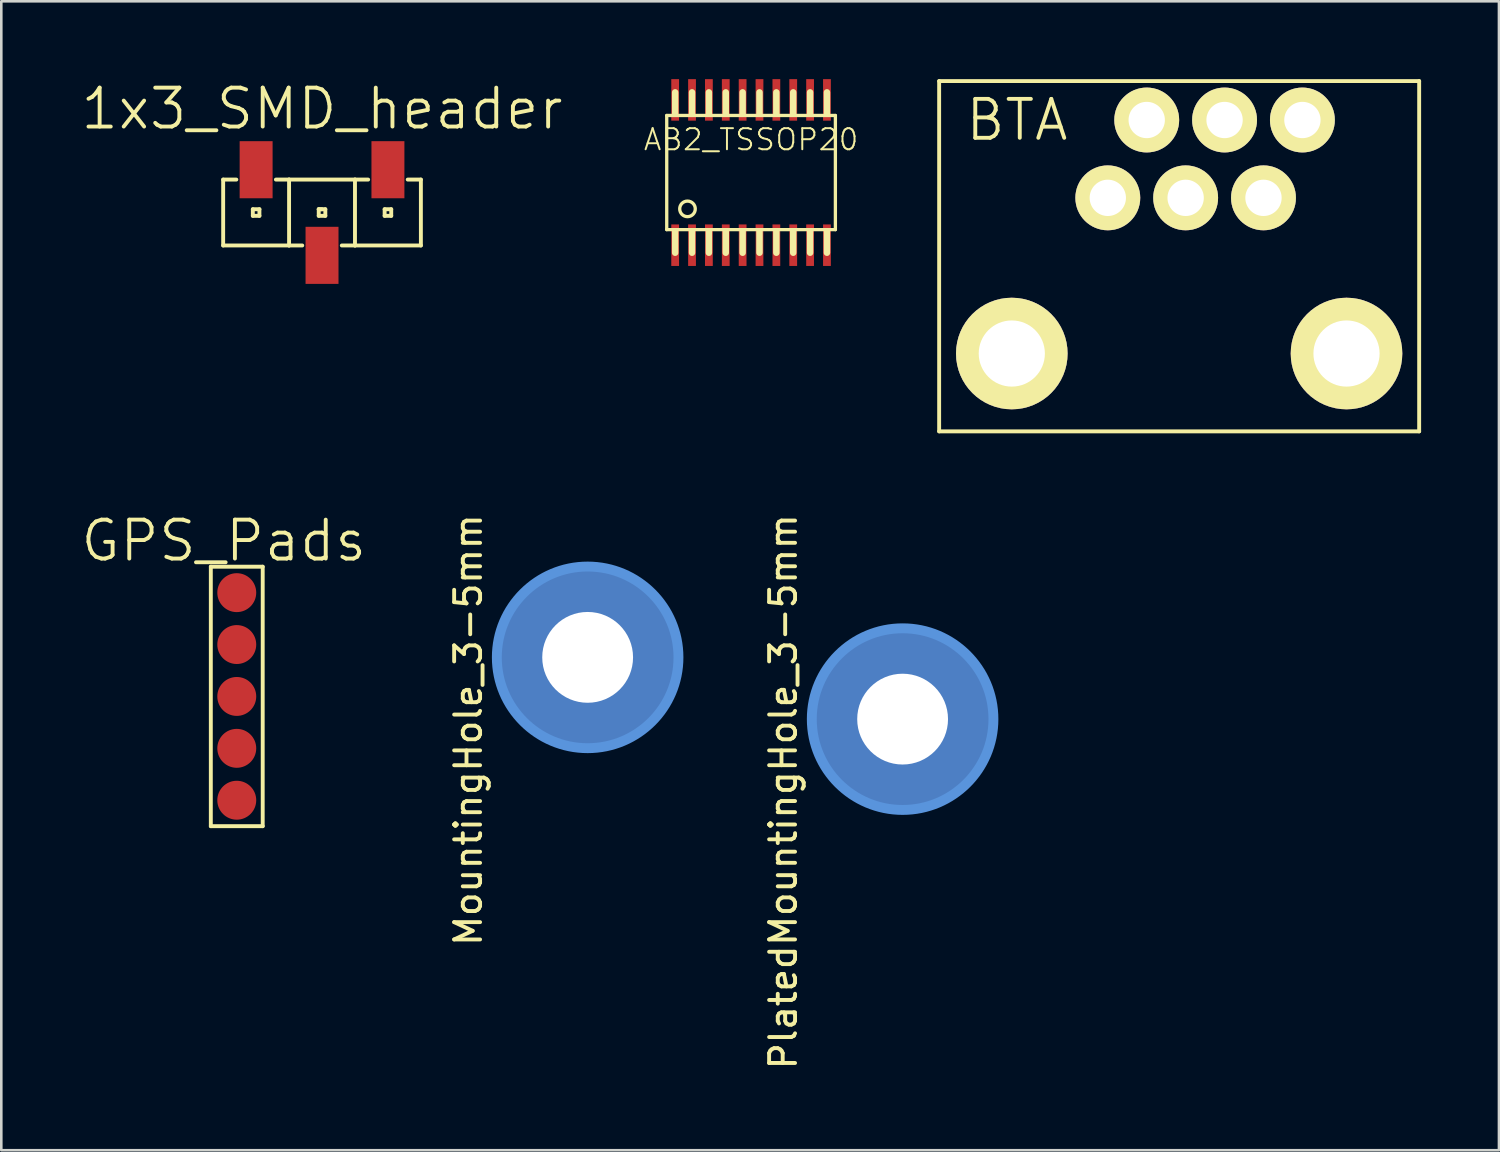
<source format=kicad_pcb>
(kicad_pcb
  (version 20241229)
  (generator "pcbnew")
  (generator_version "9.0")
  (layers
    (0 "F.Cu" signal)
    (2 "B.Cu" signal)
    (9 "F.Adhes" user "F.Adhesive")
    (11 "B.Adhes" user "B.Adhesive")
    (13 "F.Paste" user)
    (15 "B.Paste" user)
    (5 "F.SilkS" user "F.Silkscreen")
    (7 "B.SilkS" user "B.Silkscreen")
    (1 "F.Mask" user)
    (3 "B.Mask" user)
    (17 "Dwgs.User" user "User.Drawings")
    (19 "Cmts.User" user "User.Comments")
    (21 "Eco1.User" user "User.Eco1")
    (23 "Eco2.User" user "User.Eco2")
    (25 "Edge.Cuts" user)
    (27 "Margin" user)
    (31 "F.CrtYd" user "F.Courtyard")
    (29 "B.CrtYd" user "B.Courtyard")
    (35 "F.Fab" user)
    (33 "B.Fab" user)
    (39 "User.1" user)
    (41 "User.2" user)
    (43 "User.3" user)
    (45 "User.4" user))
  (footprint "MountingHole_3-5mm"
    (layer "F.Cu")
    (at 19.598 22.285)
    (property "Reference" "MountingHole_3-5mm" (at -4.6 2.8 90) (layer "F.SilkS") (effects (font (size 1 1) (thickness 0.15))))
    (attr through_hole)
    (fp_circle (center 0 0) (end 3.5 0) (stroke (width 0.381) (type solid)) (fill no) (layer "Cmts.User"))
    (pad "1" thru_hole circle (at 0 0) (size 6.858 6.858) (drill 3.5) (layers "*.Cu")))
  (footprint "BTA"
    (layer "F.Cu")
    (at 39.645 1.575)
    (property "Reference" "BTA" (at -3.5 0 0) (layer "F.SilkS") (effects (font (size 1.5 1.5) (thickness 0.15))))
    (attr through_hole)
    (fp_line (start -6.5 -1.5) (end 12 -1.5) (stroke (width 0.15) (type solid)) (layer "F.SilkS"))
    (fp_line (start -6.5 12) (end -6.5 -1.5) (stroke (width 0.15) (type solid)) (layer "F.SilkS"))
    (fp_line (start 12 -1.5) (end 12 12) (stroke (width 0.15) (type solid)) (layer "F.SilkS"))
    (fp_line (start 12 12) (end -6.5 12) (stroke (width 0.15) (type solid)) (layer "F.SilkS"))
    (pad "1" thru_hole circle (at 0 3) (size 2.5 2.5) (drill 1.4) (layers "*.Cu" "*.Mask" "F.SilkS"))
    (pad "2" thru_hole circle (at 1.5 0) (size 2.5 2.5) (drill 1.4) (layers "*.Cu" "*.Mask" "F.SilkS"))
    (pad "3" thru_hole circle (at 3 3) (size 2.5 2.5) (drill 1.4) (layers "*.Cu" "*.Mask" "F.SilkS"))
    (pad "4" thru_hole circle (at 4.5 0) (size 2.5 2.5) (drill 1.4) (layers "*.Cu" "*.Mask" "F.SilkS"))
    (pad "5" thru_hole circle (at 6 3) (size 2.5 2.5) (drill 1.4) (layers "*.Cu" "*.Mask" "F.SilkS"))
    (pad "6" thru_hole circle (at 7.5 0) (size 2.5 2.5) (drill 1.4) (layers "*.Cu" "*.Mask" "F.SilkS"))
    (pad "14" thru_hole circle (at 9.2 9) (size 4.3 4.3) (drill 2.55) (layers "*.Cu" "*.Mask" "F.SilkS"))
    (pad "15" thru_hole circle (at -3.7 9) (size 4.3 4.3) (drill 2.55) (layers "*.Cu" "*.Mask" "F.SilkS")))
  (footprint "GPS_Pads"
    (layer "F.Cu")
    (at 6.075 23.291)
    (property "Reference" "GPS_Pads" (at -0.5 -5.5 0) (layer "F.SilkS") (effects (font (size 1.5 1.5) (thickness 0.15))))
    (attr through_hole)
    (fp_line (start -1 -4.5) (end 1 -4.5) (stroke (width 0.15) (type solid)) (layer "F.SilkS"))
    (fp_line (start -1 5.5) (end -1 -4.5) (stroke (width 0.15) (type solid)) (layer "F.SilkS"))
    (fp_line (start 1 -4.5) (end 1 5.5) (stroke (width 0.15) (type solid)) (layer "F.SilkS"))
    (fp_line (start 1 5.5) (end -1 5.5) (stroke (width 0.15) (type solid)) (layer "F.SilkS"))
    (pad "2" smd circle (at 0 -3.5) (size 1.5 1.5) (layers "F.Cu" "F.Mask" "F.Paste"))
    (pad "3" smd circle (at 0 -1.5) (size 1.5 1.5) (layers "F.Cu" "F.Mask" "F.Paste"))
    (pad "4" smd circle (at 0 0.5) (size 1.5 1.5) (layers "F.Cu" "F.Mask" "F.Paste"))
    (pad "5" smd circle (at 0 2.5) (size 1.5 1.5) (layers "F.Cu" "F.Mask" "F.Paste"))
    (pad "6" smd circle (at 0 4.5) (size 1.5 1.5) (layers "F.Cu" "F.Mask" "F.Paste")))
  (footprint "1x3_SMD_header"
    (layer "F.Cu")
    (at 9.361 5.141)
    (property "Reference" "1x3_SMD_header" (at 0 -4 0) (layer "F.SilkS") (effects (font (size 1.5 1.5) (thickness 0.15))))
    (attr through_hole)
    (fp_line (start -3.81 -1.27) (end -3.81 1.27) (stroke (width 0.15) (type solid)) (layer "F.SilkS"))
    (fp_line (start -3.81 -1.27) (end -3.302 -1.27) (stroke (width 0.15) (type solid)) (layer "F.SilkS"))
    (fp_line (start -3.81 1.27) (end -1.27 1.27) (stroke (width 0.15) (type solid)) (layer "F.SilkS"))
    (fp_line (start -2.667 -0.127) (end -2.667 0.127) (stroke (width 0.15) (type solid)) (layer "F.SilkS"))
    (fp_line (start -2.667 0.127) (end -2.413 0.127) (stroke (width 0.15) (type solid)) (layer "F.SilkS"))
    (fp_line (start -2.413 -0.127) (end -2.667 -0.127) (stroke (width 0.15) (type solid)) (layer "F.SilkS"))
    (fp_line (start -2.413 0.127) (end -2.413 -0.127) (stroke (width 0.15) (type solid)) (layer "F.SilkS"))
    (fp_line (start -1.27 -1.27) (end -1.778 -1.27) (stroke (width 0.15) (type solid)) (layer "F.SilkS"))
    (fp_line (start -1.27 -1.27) (end 1.27 -1.27) (stroke (width 0.15) (type solid)) (layer "F.SilkS"))
    (fp_line (start -1.27 1.27) (end -1.27 -1.27) (stroke (width 0.15) (type solid)) (layer "F.SilkS"))
    (fp_line (start -1.27 1.27) (end -0.762 1.27) (stroke (width 0.15) (type solid)) (layer "F.SilkS"))
    (fp_line (start -0.127 -0.127) (end -0.127 0.127) (stroke (width 0.15) (type solid)) (layer "F.SilkS"))
    (fp_line (start -0.127 -0.127) (end 0 -0.127) (stroke (width 0.15) (type solid)) (layer "F.SilkS"))
    (fp_line (start -0.127 0.127) (end 0.127 0.127) (stroke (width 0.15) (type solid)) (layer "F.SilkS"))
    (fp_line (start 0.127 -0.127) (end -0.127 -0.127) (stroke (width 0.15) (type solid)) (layer "F.SilkS"))
    (fp_line (start 0.127 0.127) (end 0.127 -0.127) (stroke (width 0.15) (type solid)) (layer "F.SilkS"))
    (fp_line (start 1.27 -1.27) (end 1.27 1.27) (stroke (width 0.15) (type solid)) (layer "F.SilkS"))
    (fp_line (start 1.27 -1.27) (end 1.778 -1.27) (stroke (width 0.15) (type solid)) (layer "F.SilkS"))
    (fp_line (start 1.27 1.27) (end 0.762 1.27) (stroke (width 0.15) (type solid)) (layer "F.SilkS"))
    (fp_line (start 2.413 -0.127) (end 2.413 0.127) (stroke (width 0.15) (type solid)) (layer "F.SilkS"))
    (fp_line (start 2.413 0.127) (end 2.667 0.127) (stroke (width 0.15) (type solid)) (layer "F.SilkS"))
    (fp_line (start 2.667 -0.127) (end 2.413 -0.127) (stroke (width 0.15) (type solid)) (layer "F.SilkS"))
    (fp_line (start 2.667 0.127) (end 2.667 -0.127) (stroke (width 0.15) (type solid)) (layer "F.SilkS"))
    (fp_line (start 3.302 -1.27) (end 3.81 -1.27) (stroke (width 0.15) (type solid)) (layer "F.SilkS"))
    (fp_line (start 3.81 -1.27) (end 3.81 1.27) (stroke (width 0.15) (type solid)) (layer "F.SilkS"))
    (fp_line (start 3.81 1.27) (end 1.27 1.27) (stroke (width 0.15) (type solid)) (layer "F.SilkS"))
    (pad "1" smd rect (at -2.54 -1.65) (size 1.27 2.2) (layers "F.Cu" "F.Mask" "F.Paste"))
    (pad "2" smd rect (at 0 1.65) (size 1.27 2.2) (layers "F.Cu" "F.Mask" "F.Paste"))
    (pad "3" smd rect (at 2.54 -1.65) (size 1.27 2.2) (layers "F.Cu" "F.Mask" "F.Paste")))
  (footprint "AB2_TSSOP20"
    (layer "F.Cu")
    (at 25.896 3.6)
    (property "Reference" "AB2_TSSOP20" (at 0 -1.27 0) (layer "F.SilkS") (effects (font (size 0.813 0.813) (thickness 0.076))))
    (attr through_hole)
    (fp_line (start -3.25 -2.2) (end 3.25 -2.2) (stroke (width 0.127) (type solid)) (layer "F.SilkS"))
    (fp_line (start -3.25 2.2) (end -3.25 -2.2) (stroke (width 0.127) (type solid)) (layer "F.SilkS"))
    (fp_line (start -2.925 -2.27) (end -2.925 -3.09) (stroke (width 0.25) (type solid)) (layer "F.SilkS"))
    (fp_line (start -2.925 2.27) (end -2.925 3.09) (stroke (width 0.25) (type solid)) (layer "F.SilkS"))
    (fp_line (start -2.275 -2.27) (end -2.275 -3.09) (stroke (width 0.25) (type solid)) (layer "F.SilkS"))
    (fp_line (start -2.275 2.27) (end -2.275 3.09) (stroke (width 0.25) (type solid)) (layer "F.SilkS"))
    (fp_line (start -1.625 -2.27) (end -1.625 -3.09) (stroke (width 0.25) (type solid)) (layer "F.SilkS"))
    (fp_line (start -1.625 2.27) (end -1.625 3.09) (stroke (width 0.25) (type solid)) (layer "F.SilkS"))
    (fp_line (start -0.975 -2.27) (end -0.975 -3.09) (stroke (width 0.25) (type solid)) (layer "F.SilkS"))
    (fp_line (start -0.975 2.27) (end -0.975 3.09) (stroke (width 0.25) (type solid)) (layer "F.SilkS"))
    (fp_line (start -0.325 -2.27) (end -0.325 -3.09) (stroke (width 0.25) (type solid)) (layer "F.SilkS"))
    (fp_line (start -0.325 2.27) (end -0.325 3.09) (stroke (width 0.25) (type solid)) (layer "F.SilkS"))
    (fp_line (start 0.325 -2.27) (end 0.325 -3.09) (stroke (width 0.25) (type solid)) (layer "F.SilkS"))
    (fp_line (start 0.325 2.27) (end 0.325 3.09) (stroke (width 0.25) (type solid)) (layer "F.SilkS"))
    (fp_line (start 0.975 -2.27) (end 0.975 -3.09) (stroke (width 0.25) (type solid)) (layer "F.SilkS"))
    (fp_line (start 0.975 2.27) (end 0.975 3.09) (stroke (width 0.25) (type solid)) (layer "F.SilkS"))
    (fp_line (start 1.625 -2.27) (end 1.625 -3.09) (stroke (width 0.25) (type solid)) (layer "F.SilkS"))
    (fp_line (start 1.625 2.27) (end 1.625 3.09) (stroke (width 0.25) (type solid)) (layer "F.SilkS"))
    (fp_line (start 2.275 -2.27) (end 2.275 -3.09) (stroke (width 0.25) (type solid)) (layer "F.SilkS"))
    (fp_line (start 2.275 2.27) (end 2.275 3.09) (stroke (width 0.25) (type solid)) (layer "F.SilkS"))
    (fp_line (start 2.925 -2.27) (end 2.925 -3.09) (stroke (width 0.25) (type solid)) (layer "F.SilkS"))
    (fp_line (start 2.925 2.27) (end 2.925 3.09) (stroke (width 0.25) (type solid)) (layer "F.SilkS"))
    (fp_line (start 3.25 -2.2) (end 3.25 2.2) (stroke (width 0.127) (type solid)) (layer "F.SilkS"))
    (fp_line (start 3.25 2.2) (end -3.25 2.2) (stroke (width 0.127) (type solid)) (layer "F.SilkS"))
    (fp_circle (center -2.45 1.4) (end -2.45 1.1) (stroke (width 0.127) (type solid)) (fill no) (layer "F.SilkS"))
    (pad "1" smd rect (at -2.925 2.8) (size 0.3 1.6) (layers "F.Cu" "F.Mask" "F.Paste"))
    (pad "2" smd rect (at -2.275 2.8) (size 0.3 1.6) (layers "F.Cu" "F.Mask" "F.Paste"))
    (pad "3" smd rect (at -1.625 2.8) (size 0.3 1.6) (layers "F.Cu" "F.Mask" "F.Paste"))
    (pad "4" smd rect (at -0.975 2.8) (size 0.3 1.6) (layers "F.Cu" "F.Mask" "F.Paste"))
    (pad "5" smd rect (at -0.325 2.8) (size 0.3 1.6) (layers "F.Cu" "F.Mask" "F.Paste"))
    (pad "6" smd rect (at 0.325 2.8) (size 0.3 1.6) (layers "F.Cu" "F.Mask" "F.Paste"))
    (pad "7" smd rect (at 0.975 2.8) (size 0.3 1.6) (layers "F.Cu" "F.Mask" "F.Paste"))
    (pad "8" smd rect (at 1.625 2.8) (size 0.3 1.6) (layers "F.Cu" "F.Mask" "F.Paste"))
    (pad "9" smd rect (at 2.275 2.8) (size 0.3 1.6) (layers "F.Cu" "F.Mask" "F.Paste"))
    (pad "10" smd rect (at 2.925 2.8) (size 0.3 1.6) (layers "F.Cu" "F.Mask" "F.Paste"))
    (pad "11" smd rect (at 2.925 -2.8) (size 0.3 1.6) (layers "F.Cu" "F.Mask" "F.Paste"))
    (pad "12" smd rect (at 2.275 -2.8) (size 0.3 1.6) (layers "F.Cu" "F.Mask" "F.Paste"))
    (pad "13" smd rect (at 1.625 -2.8) (size 0.3 1.6) (layers "F.Cu" "F.Mask" "F.Paste"))
    (pad "14" smd rect (at 0.975 -2.8) (size 0.3 1.6) (layers "F.Cu" "F.Mask" "F.Paste"))
    (pad "15" smd rect (at 0.325 -2.8) (size 0.3 1.6) (layers "F.Cu" "F.Mask" "F.Paste"))
    (pad "16" smd rect (at -0.325 -2.8) (size 0.3 1.6) (layers "F.Cu" "F.Mask" "F.Paste"))
    (pad "17" smd rect (at -0.975 -2.8) (size 0.3 1.6) (layers "F.Cu" "F.Mask" "F.Paste"))
    (pad "18" smd rect (at -1.625 -2.8) (size 0.3 1.6) (layers "F.Cu" "F.Mask" "F.Paste"))
    (pad "19" smd rect (at -2.275 -2.8) (size 0.3 1.6) (layers "F.Cu" "F.Mask" "F.Paste"))
    (pad "20" smd rect (at -2.925 -2.8) (size 0.3 1.6) (layers "F.Cu" "F.Mask" "F.Paste")))
  (footprint "PlatedMountingHole_3-5mm"
    (layer "F.Cu")
    (at 31.737 24.665)
    (property "Reference" "PlatedMountingHole_3-5mm" (at -4.6 2.8 90) (layer "F.SilkS") (effects (font (size 1 1) (thickness 0.15))))
    (attr through_hole)
    (fp_circle (center 0 0) (end 3.5 0) (stroke (width 0.381) (type solid)) (fill no) (layer "Cmts.User"))
    (pad "1" thru_hole circle (at 0 0) (size 6.858 6.858) (drill 3.5) (layers "*.Cu")))
  (gr_rect
    (start -3 -3)
    (end 54.72 41.281)
    (stroke (width 0.1) (type default))
    (fill no)
    (layer "Edge.Cuts")))
</source>
